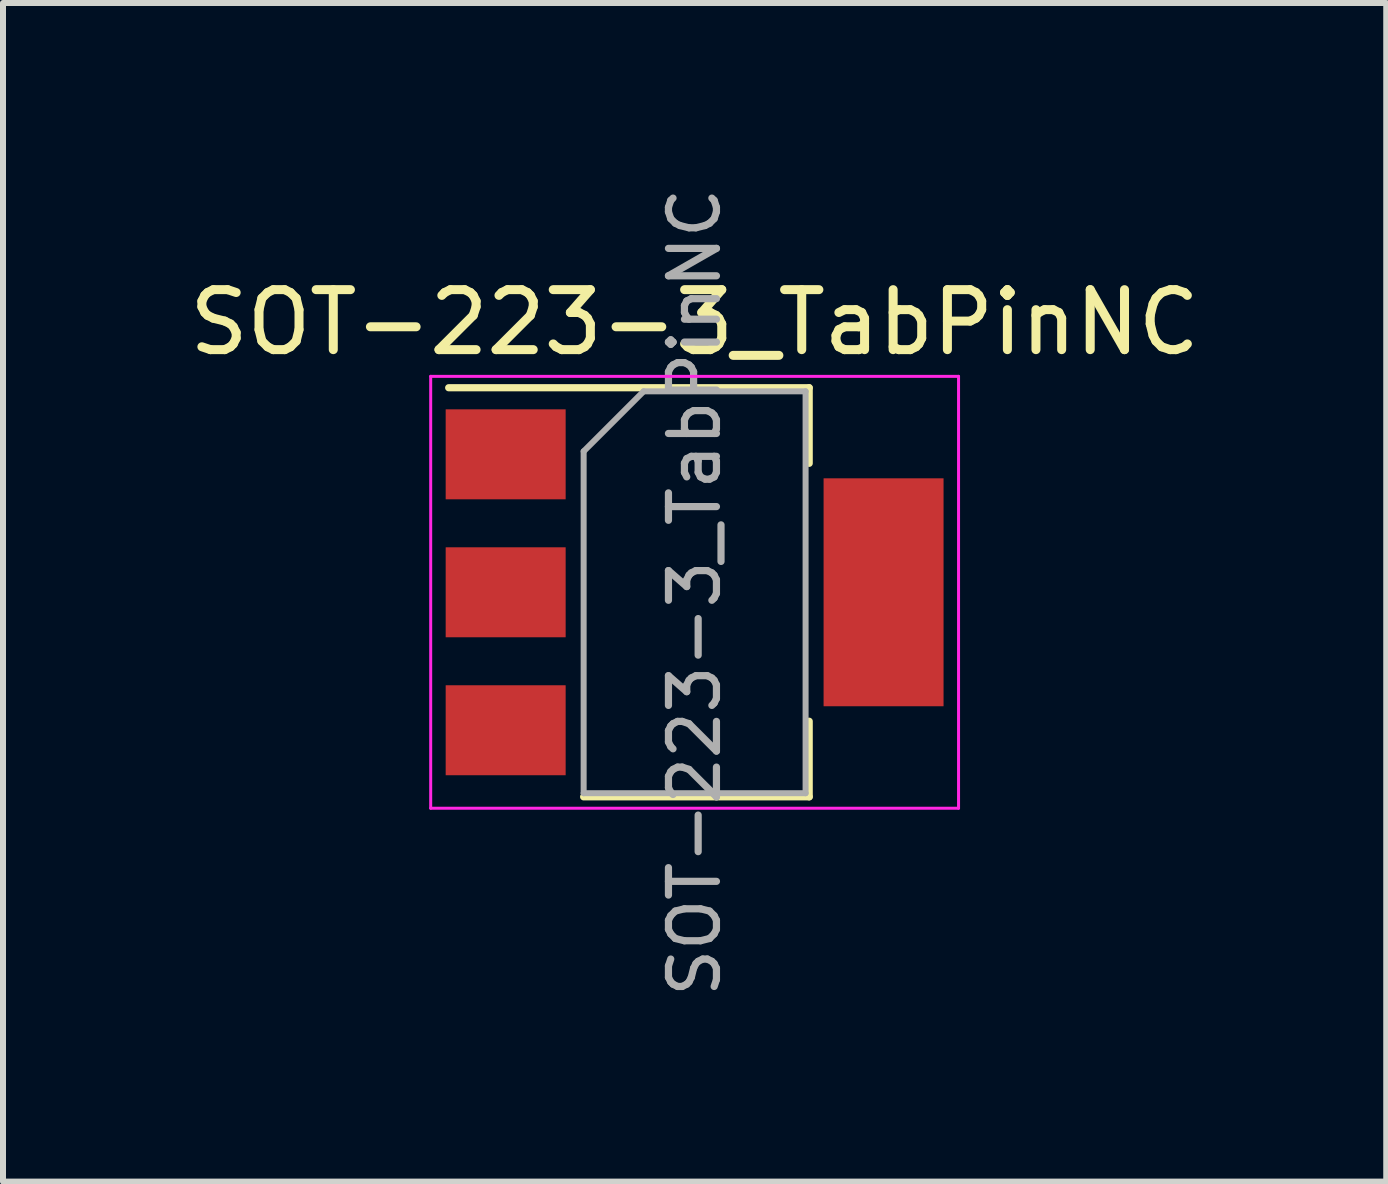
<source format=kicad_pcb>
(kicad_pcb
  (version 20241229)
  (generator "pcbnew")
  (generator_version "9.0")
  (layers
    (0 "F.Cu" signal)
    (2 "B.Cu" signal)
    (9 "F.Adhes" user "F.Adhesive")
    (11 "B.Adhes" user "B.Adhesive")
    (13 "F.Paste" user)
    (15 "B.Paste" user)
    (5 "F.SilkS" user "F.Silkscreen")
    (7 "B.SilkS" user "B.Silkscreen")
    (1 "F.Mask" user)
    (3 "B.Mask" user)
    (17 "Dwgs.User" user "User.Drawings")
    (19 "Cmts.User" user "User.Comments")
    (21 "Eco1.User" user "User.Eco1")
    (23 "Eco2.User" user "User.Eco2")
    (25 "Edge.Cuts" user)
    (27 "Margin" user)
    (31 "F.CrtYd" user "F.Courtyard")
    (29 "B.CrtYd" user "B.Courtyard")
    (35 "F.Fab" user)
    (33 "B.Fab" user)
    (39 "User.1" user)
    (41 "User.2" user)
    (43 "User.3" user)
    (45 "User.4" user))
  (footprint "SOT-223-3_TabPinNC"
    (layer "F.Cu")
    (at 8.53 6.824)
    (property "Reference" "SOT-223-3_TabPinNC" (at 0 -4.5 0) (layer "F.SilkS") (effects (font (size 1 1) (thickness 0.15))))
    (attr smd)
    (fp_line (start -4.1 -3.41) (end 1.91 -3.41) (stroke (width 0.12) (type solid)) (layer "F.SilkS"))
    (fp_line (start -1.85 3.41) (end 1.91 3.41) (stroke (width 0.12) (type solid)) (layer "F.SilkS"))
    (fp_line (start 1.91 -3.41) (end 1.91 -2.15) (stroke (width 0.12) (type solid)) (layer "F.SilkS"))
    (fp_line (start 1.91 3.41) (end 1.91 2.15) (stroke (width 0.12) (type solid)) (layer "F.SilkS"))
    (fp_line (start -4.4 -3.6) (end -4.4 3.6) (stroke (width 0.05) (type solid)) (layer "F.CrtYd"))
    (fp_line (start -4.4 3.6) (end 4.4 3.6) (stroke (width 0.05) (type solid)) (layer "F.CrtYd"))
    (fp_line (start 4.4 -3.6) (end -4.4 -3.6) (stroke (width 0.05) (type solid)) (layer "F.CrtYd"))
    (fp_line (start 4.4 3.6) (end 4.4 -3.6) (stroke (width 0.05) (type solid)) (layer "F.CrtYd"))
    (fp_line (start -1.85 -2.35) (end -1.85 3.35) (stroke (width 0.1) (type solid)) (layer "F.Fab"))
    (fp_line (start -1.85 -2.35) (end -0.85 -3.35) (stroke (width 0.1) (type solid)) (layer "F.Fab"))
    (fp_line (start -1.85 3.35) (end 1.85 3.35) (stroke (width 0.1) (type solid)) (layer "F.Fab"))
    (fp_line (start -0.85 -3.35) (end 1.85 -3.35) (stroke (width 0.1) (type solid)) (layer "F.Fab"))
    (fp_line (start 1.85 -3.35) (end 1.85 3.35) (stroke (width 0.1) (type solid)) (layer "F.Fab"))
    (fp_text user "${REFERENCE}" (at 0 0 90) (layer "F.Fab") (effects (font (size 0.8 0.8) (thickness 0.12))))
    (pad "" smd rect (at 3.15 0) (size 2 3.8) (layers "F.Cu" "F.Mask" "F.Paste"))
    (pad "1" smd rect (at -3.15 -2.3) (size 2 1.5) (layers "F.Cu" "F.Mask" "F.Paste"))
    (pad "2" smd rect (at -3.15 0) (size 2 1.5) (layers "F.Cu" "F.Mask" "F.Paste"))
    (pad "3" smd rect (at -3.15 2.3) (size 2 1.5) (layers "F.Cu" "F.Mask" "F.Paste")))
  (gr_rect
    (start -3 -3)
    (end 20.06 16.648)
    (stroke (width 0.1) (type default))
    (fill no)
    (layer "Edge.Cuts")))
</source>
